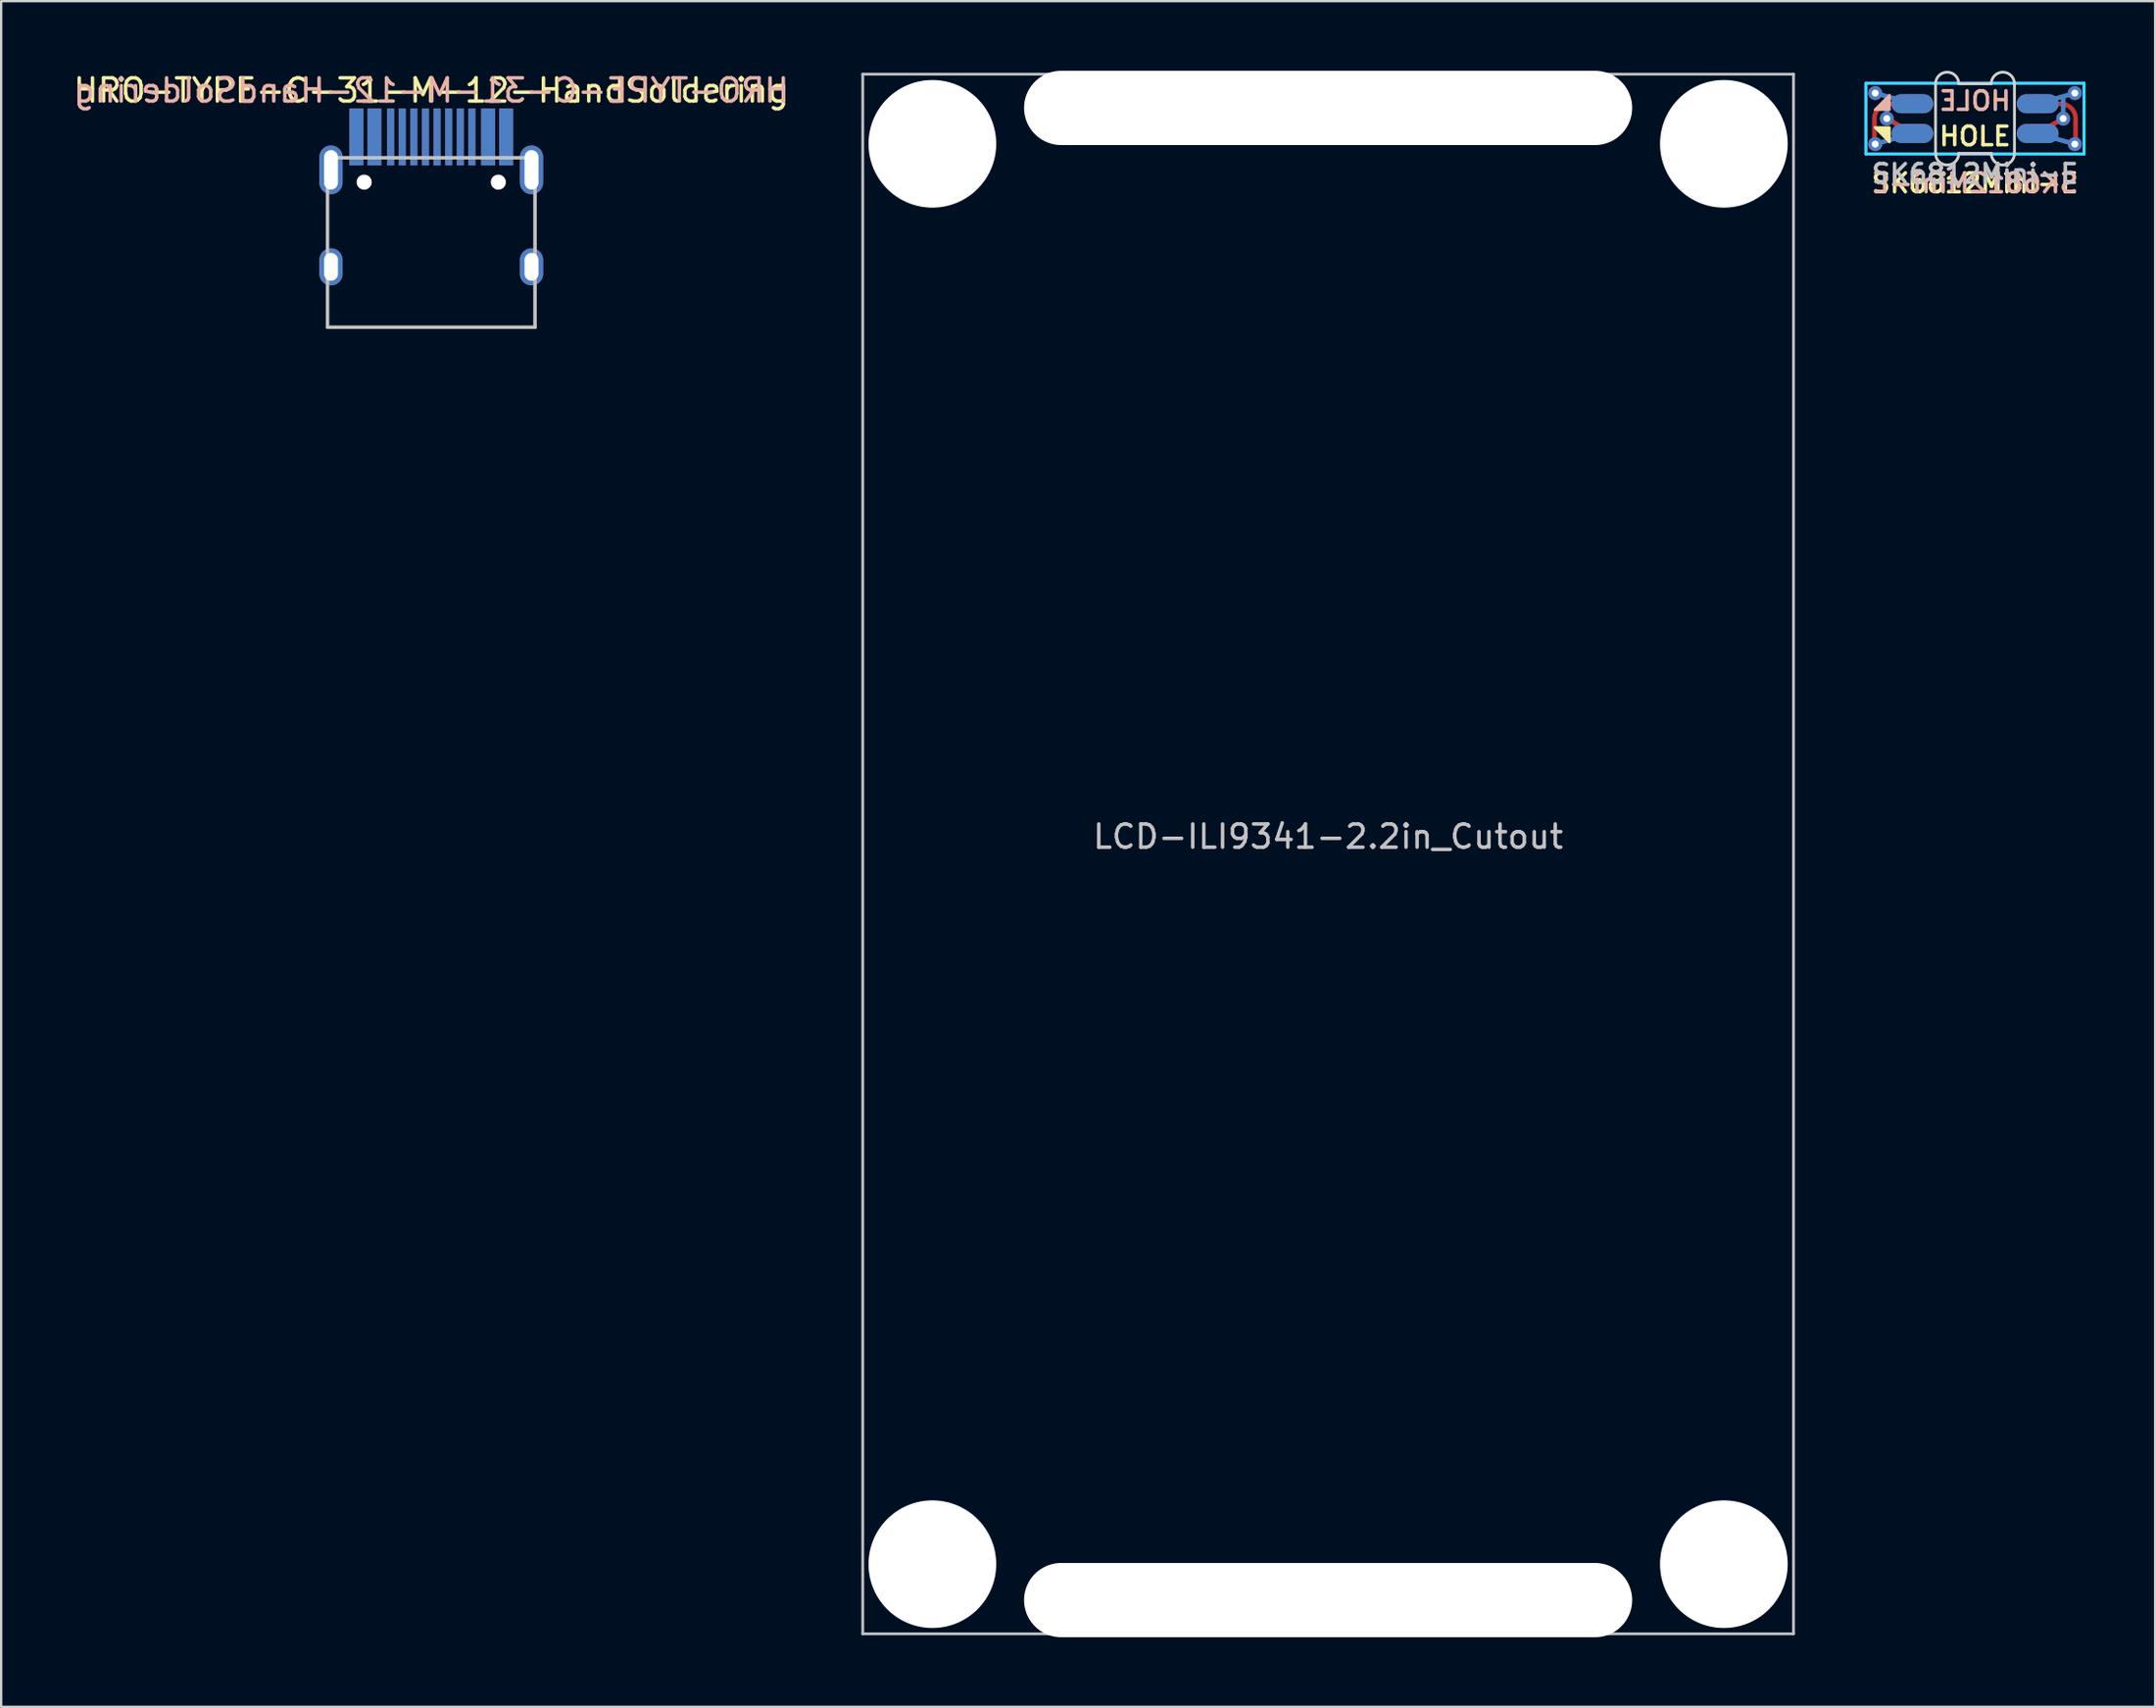
<source format=kicad_pcb>
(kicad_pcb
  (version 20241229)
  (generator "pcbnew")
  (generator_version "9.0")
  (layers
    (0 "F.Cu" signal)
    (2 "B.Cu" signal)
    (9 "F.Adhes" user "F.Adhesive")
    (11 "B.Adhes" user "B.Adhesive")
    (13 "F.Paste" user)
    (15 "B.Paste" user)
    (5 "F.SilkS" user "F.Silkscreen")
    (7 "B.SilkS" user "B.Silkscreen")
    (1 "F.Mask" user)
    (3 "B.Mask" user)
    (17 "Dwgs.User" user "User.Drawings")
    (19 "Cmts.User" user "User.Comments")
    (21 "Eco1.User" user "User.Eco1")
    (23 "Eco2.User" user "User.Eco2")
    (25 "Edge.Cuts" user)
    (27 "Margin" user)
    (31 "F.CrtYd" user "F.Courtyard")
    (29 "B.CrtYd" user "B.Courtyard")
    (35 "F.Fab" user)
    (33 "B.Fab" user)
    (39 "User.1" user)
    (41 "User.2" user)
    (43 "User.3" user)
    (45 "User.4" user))
  (footprint "HRO-TYPE-C-31-M-12-HandSoldering"
    (layer "F.Cu")
    (at 15.53 11.048)
    (property "Reference" "HRO-TYPE-C-31-M-12-HandSoldering" (at 0 -10.2 0) (layer "F.SilkS") (effects (font (size 1 1) (thickness 0.15))))
    (attr smd)
    (fp_line (start -4.47 -7.3) (end 4.47 -7.3) (stroke (width 0.15) (type solid)) (layer "Dwgs.User"))
    (fp_line (start -4.47 0) (end -4.47 -7.3) (stroke (width 0.15) (type solid)) (layer "Dwgs.User"))
    (fp_line (start -4.47 0) (end 4.47 0) (stroke (width 0.15) (type solid)) (layer "Dwgs.User"))
    (fp_line (start 4.47 0) (end 4.47 -7.3) (stroke (width 0.15) (type solid)) (layer "Dwgs.User"))
    (fp_text user "${REFERENCE}" (at 0 -10.2 0) (layer "B.SilkS") (effects (font (size 1 1) (thickness 0.15)) (justify mirror)))
    (pad "" np_thru_hole circle (at -2.89 -6.25) (size 0.65 0.65) (drill 0.65) (layers "*.Cu" "*.Mask"))
    (pad "" np_thru_hole circle (at 2.89 -6.25) (size 0.65 0.65) (drill 0.65) (layers "*.Cu" "*.Mask"))
    (pad "1" smd rect (at -3.225 -8.195) (size 0.6 2.45) (layers "F.Cu" "F.Mask" "F.Paste"))
    (pad "1" smd rect (at 3.225 -8.195) (size 0.6 2.45) (layers "B.Cu" "B.Mask" "B.Paste"))
    (pad "2" smd rect (at -2.45 -8.195) (size 0.6 2.45) (layers "F.Cu" "F.Mask" "F.Paste"))
    (pad "2" smd rect (at 2.45 -8.195) (size 0.6 2.45) (layers "B.Cu" "B.Mask" "B.Paste"))
    (pad "3" smd rect (at -1.75 -8.195) (size 0.3 2.45) (layers "F.Cu" "F.Mask" "F.Paste"))
    (pad "3" smd rect (at 1.75 -8.195) (size 0.3 2.45) (layers "B.Cu" "B.Mask" "B.Paste"))
    (pad "4" smd rect (at -1.25 -8.195) (size 0.3 2.45) (layers "F.Cu" "F.Mask" "F.Paste"))
    (pad "4" smd rect (at 1.25 -8.195) (size 0.3 2.45) (layers "B.Cu" "B.Mask" "B.Paste"))
    (pad "5" smd rect (at -0.75 -8.195) (size 0.3 2.45) (layers "F.Cu" "F.Mask" "F.Paste"))
    (pad "5" smd rect (at 0.75 -8.195) (size 0.3 2.45) (layers "B.Cu" "B.Mask" "B.Paste"))
    (pad "6" smd rect (at -0.25 -8.195) (size 0.3 2.45) (layers "F.Cu" "F.Mask" "F.Paste"))
    (pad "6" smd rect (at 0.25 -8.195) (size 0.3 2.45) (layers "B.Cu" "B.Mask" "B.Paste"))
    (pad "7" smd rect (at -0.25 -8.195) (size 0.3 2.45) (layers "B.Cu" "B.Mask" "B.Paste"))
    (pad "7" smd rect (at 0.25 -8.195) (size 0.3 2.45) (layers "F.Cu" "F.Mask" "F.Paste"))
    (pad "8" smd rect (at -0.75 -8.195) (size 0.3 2.45) (layers "B.Cu" "B.Mask" "B.Paste"))
    (pad "8" smd rect (at 0.75 -8.195) (size 0.3 2.45) (layers "F.Cu" "F.Mask" "F.Paste"))
    (pad "9" smd rect (at -1.25 -8.195) (size 0.3 2.45) (layers "B.Cu" "B.Mask" "B.Paste"))
    (pad "9" smd rect (at 1.25 -8.195) (size 0.3 2.45) (layers "F.Cu" "F.Mask" "F.Paste"))
    (pad "10" smd rect (at -1.75 -8.195) (size 0.3 2.45) (layers "B.Cu" "B.Mask" "B.Paste"))
    (pad "10" smd rect (at 1.75 -8.195) (size 0.3 2.45) (layers "F.Cu" "F.Mask" "F.Paste"))
    (pad "11" smd rect (at -2.45 -8.195) (size 0.6 2.45) (layers "B.Cu" "B.Mask" "B.Paste"))
    (pad "11" smd rect (at 2.45 -8.195) (size 0.6 2.45) (layers "F.Cu" "F.Mask" "F.Paste"))
    (pad "12" smd rect (at -3.225 -8.195) (size 0.6 2.45) (layers "B.Cu" "B.Mask" "B.Paste"))
    (pad "12" smd rect (at 3.225 -8.195) (size 0.6 2.45) (layers "F.Cu" "F.Mask" "F.Paste"))
    (pad "13" thru_hole oval (at -4.32 -6.78) (size 1 2.1) (drill oval 0.6 1.7) (layers "*.Cu" "*.Mask"))
    (pad "13" thru_hole oval (at -4.32 -2.6) (size 1 1.6) (drill oval 0.6 1.2) (layers "*.Cu" "*.Mask"))
    (pad "13" thru_hole oval (at 4.32 -6.78) (size 1 2.1) (drill oval 0.6 1.7) (layers "*.Cu" "*.Mask"))
    (pad "13" thru_hole oval (at 4.32 -2.6) (size 1 1.6) (drill oval 0.6 1.2) (layers "*.Cu" "*.Mask")))
  (footprint "LCD-ILI9341-2.2in_Cutout"
    (layer "F.Cu")
    (at 54.17 33.747)
    (property "Reference" "LCD-ILI9341-2.2in_Cutout" (at 0 -0.75 180) (layer "Dwgs.User") (effects (font (size 1 1) (thickness 0.15))))
    (attr through_hole)
    (fp_line (start -20.05 -33.6) (end -20.05 33.6) (stroke (width 0.12) (type solid)) (layer "Dwgs.User"))
    (fp_line (start -20.05 -33.6) (end 20.05 -33.6) (stroke (width 0.12) (type solid)) (layer "Dwgs.User"))
    (fp_line (start -20.05 33.6) (end 20.05 33.6) (stroke (width 0.12) (type solid)) (layer "Dwgs.User"))
    (fp_line (start 20.05 -33.6) (end 20.05 33.6) (stroke (width 0.12) (type solid)) (layer "Dwgs.User"))
    (fp_text user "HOLE" (at -2.381 32.147 0) (layer "F.SilkS") (effects (font (size 1 1) (thickness 0.15))))
    (fp_text user "HOLE" (at -2.381 -32.147 0) (layer "F.SilkS") (effects (font (size 1 1) (thickness 0.15))))
    (fp_text user "HOLE" (at 2.381 32.147 0) (layer "B.SilkS") (effects (font (size 1 1) (thickness 0.15)) (justify mirror)))
    (fp_text user "HOLE" (at 2.381 -32.147 0) (layer "B.SilkS") (effects (font (size 1 1) (thickness 0.15)) (justify mirror)))
    (pad "" np_thru_hole circle (at -17.05 -30.6) (size 5.5 5.5) (drill 5.5) (layers "*.Cu" "*.Mask"))
    (pad "" np_thru_hole circle (at -17.05 30.6) (size 5.5 5.5) (drill 5.5) (layers "*.Cu" "*.Mask"))
    (pad "" np_thru_hole oval (at 0 -32.147) (size 26.2 3.2) (drill oval 26.2 3.2) (layers "*.Cu" "*.Mask"))
    (pad "" np_thru_hole oval (at 0 32.147) (size 26.2 3.2) (drill oval 26.2 3.2) (layers "*.Cu" "*.Mask"))
    (pad "" np_thru_hole circle (at 17.05 -30.6) (size 5.5 5.5) (drill 5.5) (layers "*.Cu" "*.Mask"))
    (pad "" np_thru_hole circle (at 17.05 30.6 90) (size 5.5 5.5) (drill 5.5) (layers "*.Cu" "*.Mask")))
  (footprint "SK6812Mini-E"
    (layer "F.Cu")
    (at 82.04 2.06)
    (property "Reference" "SK6812Mini-E" (at 0 2.381 0) (layer "Dwgs.User") (effects (font (size 0.813 0.813) (thickness 0.152))))
    (attr through_hole)
    (fp_poly (pts (xy -4.318 0.381) (xy -3.683 0.381) (xy -3.683 1.016)) (stroke (width 0.1) (type solid)) (fill yes) (layer "F.SilkS"))
    (fp_poly (pts (xy -3.683 -1.016) (xy -3.683 -0.381) (xy -4.318 -0.381)) (stroke (width 0.1) (type solid)) (fill yes) (layer "B.SilkS"))
    (fp_line (start -1.7 -1.5) (end -1.7 1.5) (stroke (width 0.12) (type solid)) (layer "Edge.Cuts"))
    (fp_line (start -0.7 -1.5) (end 0.7 -1.5) (stroke (width 0.12) (type solid)) (layer "Edge.Cuts"))
    (fp_line (start -0.7 1.5) (end 0.7 1.5) (stroke (width 0.12) (type solid)) (layer "Edge.Cuts"))
    (fp_line (start 1.7 1.5) (end 1.7 -1.5) (stroke (width 0.12) (type solid)) (layer "Edge.Cuts"))
    (fp_arc (start -1.7 -1.5) (mid -1.2 -2) (end -0.7 -1.5) (stroke (width 0.12) (type solid)) (layer "Edge.Cuts"))
    (fp_arc (start -0.7 1.5) (mid -1.2 2) (end -1.7 1.5) (stroke (width 0.12) (type solid)) (layer "Edge.Cuts"))
    (fp_arc (start 0.7 -1.5) (mid 1.2 -2) (end 1.7 -1.5) (stroke (width 0.12) (type solid)) (layer "Edge.Cuts"))
    (fp_arc (start 1.7 1.5) (mid 1.2 2) (end 0.7 1.5) (stroke (width 0.12) (type solid)) (layer "Edge.Cuts"))
    (fp_line (start -4.7 -1.524) (end 4.7 -1.524) (stroke (width 0.12) (type solid)) (layer "B.CrtYd"))
    (fp_line (start -4.7 1.524) (end -4.7 -1.524) (stroke (width 0.12) (type solid)) (layer "B.CrtYd"))
    (fp_line (start 4.7 -1.524) (end 4.7 1.524) (stroke (width 0.12) (type solid)) (layer "B.CrtYd"))
    (fp_line (start 4.7 1.524) (end -4.7 1.524) (stroke (width 0.12) (type solid)) (layer "B.CrtYd"))
    (fp_line (start -4.7 -1.524) (end -4.7 1.524) (stroke (width 0.12) (type solid)) (layer "F.CrtYd"))
    (fp_line (start -4.7 -1.524) (end 4.7 -1.524) (stroke (width 0.12) (type solid)) (layer "F.CrtYd"))
    (fp_line (start 4.7 -1.524) (end 4.7 1.524) (stroke (width 0.12) (type solid)) (layer "F.CrtYd"))
    (fp_line (start 4.7 1.524) (end -4.7 1.524) (stroke (width 0.12) (type solid)) (layer "F.CrtYd"))
    (fp_text user "${REFERENCE}" (at 0 2.781 0) (layer "F.SilkS") (effects (font (size 0.813 0.813) (thickness 0.152))))
    (fp_text user "HOLE" (at 0 0.762 0) (layer "F.SilkS") (effects (font (size 0.8 0.8) (thickness 0.15))))
    (fp_text user "HOLE" (at 0 -0.762 0) (layer "B.SilkS") (effects (font (size 0.8 0.8) (thickness 0.15)) (justify mirror)))
    (fp_text user "${REFERENCE}" (at 0 2.781 0) (layer "B.SilkS") (effects (font (size 0.813 0.813) (thickness 0.152)) (justify mirror)))
    (pad "1" smd custom (at 2.7 -0.64) (size 0.8 0.8) (layers "F.Cu") (options (anchor circle)) (primitives (gr_line (start 0.999 0.005) (end 0 0.005) (width 0.2)) (gr_arc (start 0.999 0.005) (mid 1.448013 0.190987) (end 1.634 0.64) (width 0.2)) (gr_line (start 1.634 0.64) (end 1.634 1.74) (width 0.2))))
    (pad "1" smd oval (at 2.7 -0.64) (size 1.8 0.82) (layers "F.Cu" "F.Mask" "F.Paste"))
    (pad "1" smd custom (at 2.7 0.64) (size 0.8 0.8) (layers "B.Cu") (options (anchor circle)) (primitives (gr_line (start 1.6 0.46) (end -0.033 -0.005) (width 0.2))))
    (pad "1" smd oval (at 2.7 0.64) (size 1.8 0.82) (layers "B.Cu" "B.Mask" "B.Paste"))
    (pad "1" thru_hole circle (at 4.3 1.1) (size 0.6 0.6) (drill 0.3) (layers "*.Cu"))
    (pad "2" smd custom (at 2.7 -0.64) (size 0.8 0.8) (layers "B.Cu") (options (anchor circle)) (primitives (gr_line (start 1.1 0.64) (end 1.1 -0.26) (width 0.2)) (gr_line (start -0.033 0.005) (end 1.6 -0.46) (width 0.2))))
    (pad "2" smd oval (at 2.7 -0.64) (size 1.8 0.82) (layers "B.Cu" "B.Mask" "B.Paste"))
    (pad "2" smd custom (at 2.7 0.64) (size 0.8 0.8) (layers "F.Cu") (options (anchor circle)) (primitives (gr_line (start 1.1 -0.64) (end -0.033 -0.005) (width 0.2))))
    (pad "2" smd oval (at 2.7 0.64) (size 1.8 0.82) (layers "F.Cu" "F.Mask" "F.Paste"))
    (pad "2" thru_hole circle (at 3.8 0) (size 0.6 0.6) (drill 0.3) (layers "*.Cu"))
    (pad "2" thru_hole circle (at 4.3 -1.1) (size 0.6 0.6) (drill 0.3) (layers "*.Cu"))
    (pad "3" thru_hole circle (at -4.3 -1.1) (size 0.6 0.6) (drill 0.3) (layers "*.Cu"))
    (pad "3" thru_hole circle (at -3.8 0) (size 0.6 0.6) (drill 0.3) (layers "*.Cu"))
    (pad "3" smd custom (at -2.7 -0.64) (size 0.8 0.8) (layers "B.Cu") (options (anchor circle)) (primitives (gr_line (start -1.1 0.64) (end -1.1 -0.26) (width 0.2)) (gr_line (start 0.033 0.005) (end -1.6 -0.46) (width 0.2))))
    (pad "3" smd oval (at -2.7 -0.64) (size 1.8 0.82) (layers "B.Cu" "B.Mask" "B.Paste"))
    (pad "3" smd custom (at -2.7 0.64) (size 0.8 0.8) (layers "F.Cu") (options (anchor circle)) (primitives (gr_line (start -1.1 -0.64) (end 0.033 -0.005) (width 0.2))))
    (pad "3" smd oval (at -2.7 0.64) (size 1.8 0.82) (layers "F.Cu" "F.Mask" "F.Paste"))
    (pad "4" thru_hole circle (at -4.3 1.1) (size 0.6 0.6) (drill 0.3) (layers "*.Cu"))
    (pad "4" smd custom (at -2.7 -0.64) (size 0.8 0.8) (layers "F.Cu") (options (anchor circle)) (primitives (gr_line (start -0.999 0.005) (end 0.1 0.005) (width 0.2)) (gr_line (start -1.634 0.64) (end -1.634 1.74) (width 0.2)) (gr_arc (start -1.634 0.64) (mid -1.448013 0.190987) (end -0.999 0.005) (width 0.2))))
    (pad "4" smd oval (at -2.7 -0.64) (size 1.8 0.82) (layers "F.Cu" "F.Mask" "F.Paste"))
    (pad "4" smd custom (at -2.7 0.64) (size 0.8 0.8) (layers "B.Cu") (options (anchor circle)) (primitives (gr_line (start -1.6 0.46) (end 0.033 -0.005) (width 0.2))))
    (pad "4" smd oval (at -2.7 0.64) (size 1.8 0.82) (layers "B.Cu" "B.Mask" "B.Paste")))
  (gr_rect
    (start -3 -3)
    (end 89.8 70.494)
    (stroke (width 0.1) (type default))
    (fill no)
    (layer "Edge.Cuts")))
</source>
